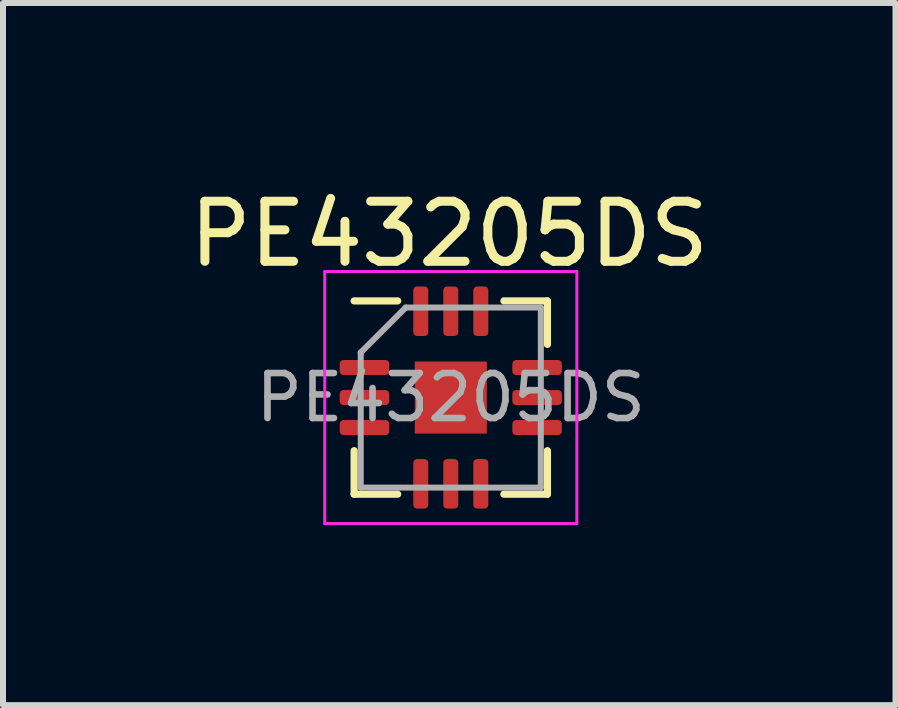
<source format=kicad_pcb>
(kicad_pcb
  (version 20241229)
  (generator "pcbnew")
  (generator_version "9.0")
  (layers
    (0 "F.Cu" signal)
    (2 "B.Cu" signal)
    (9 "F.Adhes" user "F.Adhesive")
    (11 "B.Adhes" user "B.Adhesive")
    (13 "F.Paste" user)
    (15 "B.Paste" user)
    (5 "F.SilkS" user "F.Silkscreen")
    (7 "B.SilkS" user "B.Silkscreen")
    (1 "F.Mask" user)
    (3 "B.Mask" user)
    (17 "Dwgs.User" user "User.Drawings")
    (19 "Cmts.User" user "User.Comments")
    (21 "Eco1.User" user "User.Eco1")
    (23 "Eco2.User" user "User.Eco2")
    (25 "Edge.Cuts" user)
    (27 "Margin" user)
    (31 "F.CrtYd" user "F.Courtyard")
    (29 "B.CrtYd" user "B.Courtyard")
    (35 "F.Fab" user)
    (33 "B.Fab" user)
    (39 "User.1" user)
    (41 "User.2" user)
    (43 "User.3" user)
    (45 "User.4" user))
  (footprint "PE43205DS"
    (layer "F.Cu")
    (at 4.46 3.573)
    (property "Reference" "PE43205DS" (at -0.025 -2.725 0) (unlocked yes) (layer "F.SilkS") (effects (font (size 1 1) (thickness 0.15))))
    (attr smd)
    (fp_line (start -1.61 1.61) (end -1.61 0.885) (stroke (width 0.12) (type solid)) (layer "F.SilkS"))
    (fp_line (start -0.885 -1.61) (end -1.61 -1.61) (stroke (width 0.12) (type solid)) (layer "F.SilkS"))
    (fp_line (start -0.885 1.61) (end -1.61 1.61) (stroke (width 0.12) (type solid)) (layer "F.SilkS"))
    (fp_line (start 0.885 -1.61) (end 1.61 -1.61) (stroke (width 0.12) (type solid)) (layer "F.SilkS"))
    (fp_line (start 0.885 1.61) (end 1.61 1.61) (stroke (width 0.12) (type solid)) (layer "F.SilkS"))
    (fp_line (start 1.61 -1.61) (end 1.61 -0.885) (stroke (width 0.12) (type solid)) (layer "F.SilkS"))
    (fp_line (start 1.61 1.61) (end 1.61 0.885) (stroke (width 0.12) (type solid)) (layer "F.SilkS"))
    (fp_line (start -2.1 -2.1) (end -2.1 2.1) (stroke (width 0.05) (type solid)) (layer "F.CrtYd"))
    (fp_line (start -2.1 2.1) (end 2.1 2.1) (stroke (width 0.05) (type solid)) (layer "F.CrtYd"))
    (fp_line (start 2.1 -2.1) (end -2.1 -2.1) (stroke (width 0.05) (type solid)) (layer "F.CrtYd"))
    (fp_line (start 2.1 2.1) (end 2.1 -2.1) (stroke (width 0.05) (type solid)) (layer "F.CrtYd"))
    (fp_line (start -1.5 -0.75) (end -0.75 -1.5) (stroke (width 0.1) (type solid)) (layer "F.Fab"))
    (fp_line (start -1.5 1.5) (end -1.5 -0.75) (stroke (width 0.1) (type solid)) (layer "F.Fab"))
    (fp_line (start -0.75 -1.5) (end 1.5 -1.5) (stroke (width 0.1) (type solid)) (layer "F.Fab"))
    (fp_line (start 1.5 -1.5) (end 1.5 1.5) (stroke (width 0.1) (type solid)) (layer "F.Fab"))
    (fp_line (start 1.5 1.5) (end -1.5 1.5) (stroke (width 0.1) (type solid)) (layer "F.Fab"))
    (fp_text user "${REFERENCE}" (at 0 0 0) (layer "F.Fab") (effects (font (size 0.75 0.75) (thickness 0.11))))
    (pad "" smd roundrect (at -0.34 -0.34) (size 0.52 0.52) (layers "F.Paste") (roundrect_rratio 0.25))
    (pad "" smd roundrect (at -0.34 0.34) (size 0.52 0.52) (layers "F.Paste") (roundrect_rratio 0.25))
    (pad "" smd roundrect (at 0.34 -0.34) (size 0.52 0.52) (layers "F.Paste") (roundrect_rratio 0.25))
    (pad "" smd roundrect (at 0.34 0.34) (size 0.52 0.52) (layers "F.Paste") (roundrect_rratio 0.25))
    (pad "1" smd roundrect (at -1.438 -0.5) (size 0.825 0.25) (layers "F.Cu" "F.Mask" "F.Paste") (roundrect_rratio 0.25))
    (pad "2" smd roundrect (at -1.438 0) (size 0.825 0.25) (layers "F.Cu" "F.Mask" "F.Paste") (roundrect_rratio 0.25))
    (pad "3" smd roundrect (at -1.438 0.5) (size 0.825 0.25) (layers "F.Cu" "F.Mask" "F.Paste") (roundrect_rratio 0.25))
    (pad "4" smd roundrect (at -0.5 1.438) (size 0.25 0.825) (layers "F.Cu" "F.Mask" "F.Paste") (roundrect_rratio 0.25))
    (pad "5" smd roundrect (at 0 1.438) (size 0.25 0.825) (layers "F.Cu" "F.Mask" "F.Paste") (roundrect_rratio 0.25))
    (pad "6" smd roundrect (at 0.5 1.438) (size 0.25 0.825) (layers "F.Cu" "F.Mask" "F.Paste") (roundrect_rratio 0.25))
    (pad "7" smd roundrect (at 1.438 0.5) (size 0.825 0.25) (layers "F.Cu" "F.Mask" "F.Paste") (roundrect_rratio 0.25))
    (pad "8" smd roundrect (at 1.438 0) (size 0.825 0.25) (layers "F.Cu" "F.Mask" "F.Paste") (roundrect_rratio 0.25))
    (pad "9" smd roundrect (at 1.438 -0.5) (size 0.825 0.25) (layers "F.Cu" "F.Mask" "F.Paste") (roundrect_rratio 0.25))
    (pad "10" smd roundrect (at 0.5 -1.438) (size 0.25 0.825) (layers "F.Cu" "F.Mask" "F.Paste") (roundrect_rratio 0.25))
    (pad "11" smd roundrect (at 0 -1.438) (size 0.25 0.825) (layers "F.Cu" "F.Mask" "F.Paste") (roundrect_rratio 0.25))
    (pad "12" smd roundrect (at -0.5 -1.438) (size 0.25 0.825) (layers "F.Cu" "F.Mask" "F.Paste") (roundrect_rratio 0.25))
    (pad "13" smd rect (at 0 0) (size 1.2 1.2) (layers "F.Cu" "F.Mask")))
  (gr_rect
    (start -3 -3)
    (end 11.869 8.698)
    (stroke (width 0.1) (type default))
    (fill no)
    (layer "Edge.Cuts")))
</source>
